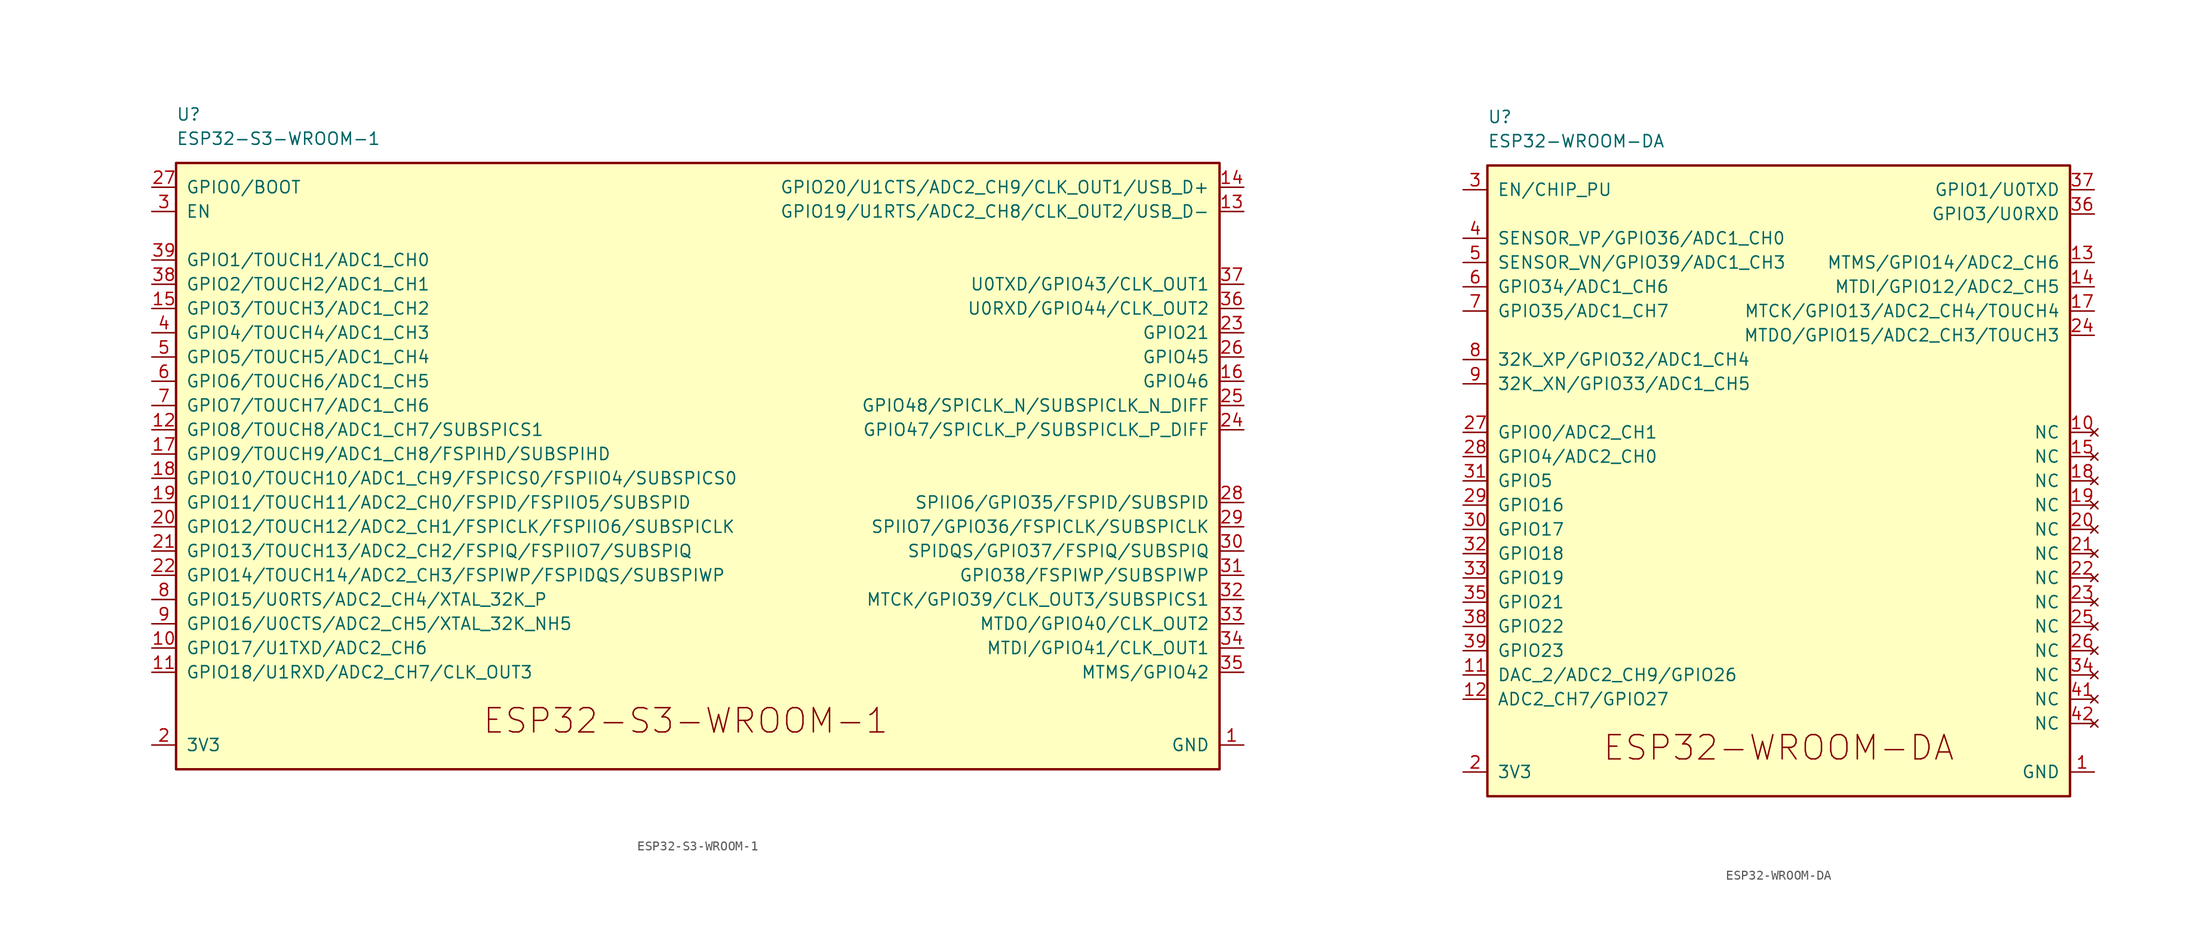
<source format=kicad_sym>
(kicad_symbol_lib
  (version 20211014)
  (generator kicad_symbol_editor)
  (symbol "ESP32-S3-WROOM-1"
    (pin_names
      (offset 1.016))
    (property "Reference" "U"
      (at -53.34 38.1 0)
      (effects (font (size 1.27 1.27)) (justify left)))
    (property "Value" "ESP32-S3-WROOM-1"
      (at -53.34 35.56 0)
      (effects (font (size 1.27 1.27)) (justify left)))
    (symbol "ESP32-S3-WROOM-1_0_0"
      (rectangle (start -53.34 33.02) (end 55.88 -30.48) (stroke (width 0.254) (type default) (color 0 0 0 0)) (fill (type background)))
      (text "ESP32-S3-WROOM-1" (at 0 -25.4 0) (effects (font (size 2.54 2.54))))
      (pin power_in line (at 58.42 -27.94 180) (length 2.54) (name "GND" (effects (font (size 1.27 1.27)))) (number "1" (effects (font (size 1.27 1.27)))))
      (pin bidirectional line (at -55.88 -17.78 0) (length 2.54) (name "GPIO17/U1TXD/ADC2_CH6" (effects (font (size 1.27 1.27)))) (number "10" (effects (font (size 1.27 1.27)))))
      (pin bidirectional line (at -55.88 -20.32 0) (length 2.54) (name "GPIO18/U1RXD/ADC2_CH7/CLK_OUT3" (effects (font (size 1.27 1.27)))) (number "11" (effects (font (size 1.27 1.27)))))
      (pin bidirectional line (at -55.88 5.08 0) (length 2.54) (name "GPIO8/TOUCH8/ADC1_CH7/SUBSPICS1" (effects (font (size 1.27 1.27)))) (number "12" (effects (font (size 1.27 1.27)))))
      (pin bidirectional line (at 58.42 27.94 180) (length 2.54) (name "GPIO19/U1RTS/ADC2_CH8/CLK_OUT2/USB_D-" (effects (font (size 1.27 1.27)))) (number "13" (effects (font (size 1.27 1.27)))))
      (pin bidirectional line (at 58.42 30.48 180) (length 2.54) (name "GPIO20/U1CTS/ADC2_CH9/CLK_OUT1/USB_D+" (effects (font (size 1.27 1.27)))) (number "14" (effects (font (size 1.27 1.27)))))
      (pin bidirectional line (at -55.88 17.78 0) (length 2.54) (name "GPIO3/TOUCH3/ADC1_CH2" (effects (font (size 1.27 1.27)))) (number "15" (effects (font (size 1.27 1.27)))))
      (pin bidirectional line (at 58.42 10.16 180) (length 2.54) (name "GPIO46" (effects (font (size 1.27 1.27)))) (number "16" (effects (font (size 1.27 1.27)))))
      (pin bidirectional line (at -55.88 2.54 0) (length 2.54) (name "GPIO9/TOUCH9/ADC1_CH8/FSPIHD/SUBSPIHD" (effects (font (size 1.27 1.27)))) (number "17" (effects (font (size 1.27 1.27)))))
      (pin bidirectional line (at -55.88 0 0) (length 2.54) (name "GPIO10/TOUCH10/ADC1_CH9/FSPICS0/FSPIIO4/SUBSPICS0" (effects (font (size 1.27 1.27)))) (number "18" (effects (font (size 1.27 1.27)))))
      (pin bidirectional line (at -55.88 -2.54 0) (length 2.54) (name "GPIO11/TOUCH11/ADC2_CH0/FSPID/FSPIIO5/SUBSPID" (effects (font (size 1.27 1.27)))) (number "19" (effects (font (size 1.27 1.27)))))
      (pin power_in line (at -55.88 -27.94 0) (length 2.54) (name "3V3" (effects (font (size 1.27 1.27)))) (number "2" (effects (font (size 1.27 1.27)))))
      (pin bidirectional line (at -55.88 -5.08 0) (length 2.54) (name "GPIO12/TOUCH12/ADC2_CH1/FSPICLK/FSPIIO6/SUBSPICLK" (effects (font (size 1.27 1.27)))) (number "20" (effects (font (size 1.27 1.27)))))
      (pin bidirectional line (at -55.88 -7.62 0) (length 2.54) (name "GPIO13/TOUCH13/ADC2_CH2/FSPIQ/FSPIIO7/SUBSPIQ" (effects (font (size 1.27 1.27)))) (number "21" (effects (font (size 1.27 1.27)))))
      (pin bidirectional line (at -55.88 -10.16 0) (length 2.54) (name "GPIO14/TOUCH14/ADC2_CH3/FSPIWP/FSPIDQS/SUBSPIWP" (effects (font (size 1.27 1.27)))) (number "22" (effects (font (size 1.27 1.27)))))
      (pin bidirectional line (at 58.42 15.24 180) (length 2.54) (name "GPIO21" (effects (font (size 1.27 1.27)))) (number "23" (effects (font (size 1.27 1.27)))))
      (pin bidirectional line (at 58.42 5.08 180) (length 2.54) (name "GPIO47/SPICLK_P/SUBSPICLK_P_DIFF" (effects (font (size 1.27 1.27)))) (number "24" (effects (font (size 1.27 1.27)))))
      (pin bidirectional line (at 58.42 7.62 180) (length 2.54) (name "GPIO48/SPICLK_N/SUBSPICLK_N_DIFF" (effects (font (size 1.27 1.27)))) (number "25" (effects (font (size 1.27 1.27)))))
      (pin bidirectional line (at 58.42 12.7 180) (length 2.54) (name "GPIO45" (effects (font (size 1.27 1.27)))) (number "26" (effects (font (size 1.27 1.27)))))
      (pin bidirectional line (at -55.88 30.48 0) (length 2.54) (name "GPIO0/BOOT" (effects (font (size 1.27 1.27)))) (number "27" (effects (font (size 1.27 1.27)))))
      (pin bidirectional line (at 58.42 -2.54 180) (length 2.54) (name "SPIIO6/GPIO35/FSPID/SUBSPID" (effects (font (size 1.27 1.27)))) (number "28" (effects (font (size 1.27 1.27)))))
      (pin bidirectional line (at 58.42 -5.08 180) (length 2.54) (name "SPIIO7/GPIO36/FSPICLK/SUBSPICLK" (effects (font (size 1.27 1.27)))) (number "29" (effects (font (size 1.27 1.27)))))
      (pin input line (at -55.88 27.94 0) (length 2.54) (name "EN" (effects (font (size 1.27 1.27)))) (number "3" (effects (font (size 1.27 1.27)))))
      (pin bidirectional line (at 58.42 -7.62 180) (length 2.54) (name "SPIDQS/GPIO37/FSPIQ/SUBSPIQ" (effects (font (size 1.27 1.27)))) (number "30" (effects (font (size 1.27 1.27)))))
      (pin bidirectional line (at 58.42 -10.16 180) (length 2.54) (name "GPIO38/FSPIWP/SUBSPIWP" (effects (font (size 1.27 1.27)))) (number "31" (effects (font (size 1.27 1.27)))))
      (pin bidirectional line (at 58.42 -12.7 180) (length 2.54) (name "MTCK/GPIO39/CLK_OUT3/SUBSPICS1" (effects (font (size 1.27 1.27)))) (number "32" (effects (font (size 1.27 1.27)))))
      (pin bidirectional line (at 58.42 -15.24 180) (length 2.54) (name "MTDO/GPIO40/CLK_OUT2" (effects (font (size 1.27 1.27)))) (number "33" (effects (font (size 1.27 1.27)))))
      (pin bidirectional line (at 58.42 -17.78 180) (length 2.54) (name "MTDI/GPIO41/CLK_OUT1" (effects (font (size 1.27 1.27)))) (number "34" (effects (font (size 1.27 1.27)))))
      (pin bidirectional line (at 58.42 -20.32 180) (length 2.54) (name "MTMS/GPIO42" (effects (font (size 1.27 1.27)))) (number "35" (effects (font (size 1.27 1.27)))))
      (pin bidirectional line (at 58.42 17.78 180) (length 2.54) (name "U0RXD/GPIO44/CLK_OUT2" (effects (font (size 1.27 1.27)))) (number "36" (effects (font (size 1.27 1.27)))))
      (pin bidirectional line (at 58.42 20.32 180) (length 2.54) (name "U0TXD/GPIO43/CLK_OUT1" (effects (font (size 1.27 1.27)))) (number "37" (effects (font (size 1.27 1.27)))))
      (pin bidirectional line (at -55.88 20.32 0) (length 2.54) (name "GPIO2/TOUCH2/ADC1_CH1" (effects (font (size 1.27 1.27)))) (number "38" (effects (font (size 1.27 1.27)))))
      (pin bidirectional line (at -55.88 22.86 0) (length 2.54) (name "GPIO1/TOUCH1/ADC1_CH0" (effects (font (size 1.27 1.27)))) (number "39" (effects (font (size 1.27 1.27)))))
      (pin bidirectional line (at -55.88 15.24 0) (length 2.54) (name "GPIO4/TOUCH4/ADC1_CH3" (effects (font (size 1.27 1.27)))) (number "4" (effects (font (size 1.27 1.27)))))
      (pin passive line (at 58.42 -27.94 180) (length 2.54) hide (name "GND" (effects (font (size 1.27 1.27)))) (number "40" (effects (font (size 1.27 1.27)))))
      (pin passive line (at 58.42 -27.94 180) (length 2.54) hide (name "GND" (effects (font (size 1.27 1.27)))) (number "41" (effects (font (size 1.27 1.27)))))
      (pin bidirectional line (at -55.88 12.7 0) (length 2.54) (name "GPIO5/TOUCH5/ADC1_CH4" (effects (font (size 1.27 1.27)))) (number "5" (effects (font (size 1.27 1.27)))))
      (pin bidirectional line (at -55.88 10.16 0) (length 2.54) (name "GPIO6/TOUCH6/ADC1_CH5" (effects (font (size 1.27 1.27)))) (number "6" (effects (font (size 1.27 1.27)))))
      (pin bidirectional line (at -55.88 7.62 0) (length 2.54) (name "GPIO7/TOUCH7/ADC1_CH6" (effects (font (size 1.27 1.27)))) (number "7" (effects (font (size 1.27 1.27)))))
      (pin bidirectional line (at -55.88 -12.7 0) (length 2.54) (name "GPIO15/U0RTS/ADC2_CH4/XTAL_32K_P" (effects (font (size 1.27 1.27)))) (number "8" (effects (font (size 1.27 1.27)))))
      (pin bidirectional line (at -55.88 -15.24 0) (length 2.54) (name "GPIO16/U0CTS/ADC2_CH5/XTAL_32K_NH5" (effects (font (size 1.27 1.27)))) (number "9" (effects (font (size 1.27 1.27)))))))
  (symbol "ESP32-WROOM-DA"
    (pin_names
      (offset 1.016))
    (property "Reference" "U"
      (at -30.48 38.1 0)
      (effects (font (size 1.27 1.27)) (justify left)))
    (property "Value" "ESP32-WROOM-DA"
      (at -30.48 35.56 0)
      (effects (font (size 1.27 1.27)) (justify left)))
    (symbol "ESP32-WROOM-DA_0_0"
      (pin power_in line (at 33.02 -30.48 180) (length 2.54) (name "GND" (effects (font (size 1.27 1.27)))) (number "1" (effects (font (size 1.27 1.27)))))
      (pin power_in line (at 33.02 -30.48 180) (length 2.54) hide (name "GND" (effects (font (size 1.27 1.27)))) (number "40" (effects (font (size 1.27 1.27)))))
      (pin no_connect line (at 33.02 -22.86 180) (length 2.54) (name "NC" (effects (font (size 1.27 1.27)))) (number "41" (effects (font (size 1.27 1.27)))))
      (pin no_connect line (at 33.02 -25.4 180) (length 2.54) (name "NC" (effects (font (size 1.27 1.27)))) (number "42" (effects (font (size 1.27 1.27)))))
      (pin power_in line (at 33.02 -30.48 180) (length 2.54) hide (name "GND" (effects (font (size 1.27 1.27)))) (number "43" (effects (font (size 1.27 1.27))))))
    (symbol "ESP32-WROOM-DA_0_1"
      (rectangle (start -30.48 33.02) (end 30.48 -33.02) (stroke (width 0.254) (type default) (color 0 0 0 0)) (fill (type background))))
    (symbol "ESP32-WROOM-DA_1_1"
      (text "ESP32-WROOM-DA" (at 0 -27.94 0) (effects (font (size 2.54 2.54))))
      (pin no_connect line (at 33.02 5.08 180) (length 2.54) (name "NC" (effects (font (size 1.27 1.27)))) (number "10" (effects (font (size 1.27 1.27)))))
      (pin bidirectional line (at -33.02 -20.32 0) (length 2.54) (name "DAC_2/ADC2_CH9/GPIO26" (effects (font (size 1.27 1.27)))) (number "11" (effects (font (size 1.27 1.27)))))
      (pin bidirectional line (at -33.02 -22.86 0) (length 2.54) (name "ADC2_CH7/GPIO27" (effects (font (size 1.27 1.27)))) (number "12" (effects (font (size 1.27 1.27)))))
      (pin bidirectional line (at 33.02 22.86 180) (length 2.54) (name "MTMS/GPIO14/ADC2_CH6" (effects (font (size 1.27 1.27)))) (number "13" (effects (font (size 1.27 1.27)))))
      (pin bidirectional line (at 33.02 20.32 180) (length 2.54) (name "MTDI/GPIO12/ADC2_CH5" (effects (font (size 1.27 1.27)))) (number "14" (effects (font (size 1.27 1.27)))))
      (pin no_connect line (at 33.02 2.54 180) (length 2.54) (name "NC" (effects (font (size 1.27 1.27)))) (number "15" (effects (font (size 1.27 1.27)))))
      (pin power_in line (at 33.02 -30.48 180) (length 2.54) hide (name "GND" (effects (font (size 1.27 1.27)))) (number "16" (effects (font (size 1.27 1.27)))))
      (pin bidirectional line (at 33.02 17.78 180) (length 2.54) (name "MTCK/GPIO13/ADC2_CH4/TOUCH4" (effects (font (size 1.27 1.27)))) (number "17" (effects (font (size 1.27 1.27)))))
      (pin no_connect line (at 33.02 0 180) (length 2.54) (name "NC" (effects (font (size 1.27 1.27)))) (number "18" (effects (font (size 1.27 1.27)))))
      (pin no_connect line (at 33.02 -2.54 180) (length 2.54) (name "NC" (effects (font (size 1.27 1.27)))) (number "19" (effects (font (size 1.27 1.27)))))
      (pin power_in line (at -33.02 -30.48 0) (length 2.54) (name "3V3" (effects (font (size 1.27 1.27)))) (number "2" (effects (font (size 1.27 1.27)))))
      (pin no_connect line (at 33.02 -5.08 180) (length 2.54) (name "NC" (effects (font (size 1.27 1.27)))) (number "20" (effects (font (size 1.27 1.27)))))
      (pin no_connect line (at 33.02 -7.62 180) (length 2.54) (name "NC" (effects (font (size 1.27 1.27)))) (number "21" (effects (font (size 1.27 1.27)))))
      (pin no_connect line (at 33.02 -10.16 180) (length 2.54) (name "NC" (effects (font (size 1.27 1.27)))) (number "22" (effects (font (size 1.27 1.27)))))
      (pin no_connect line (at 33.02 -12.7 180) (length 2.54) (name "NC" (effects (font (size 1.27 1.27)))) (number "23" (effects (font (size 1.27 1.27)))))
      (pin bidirectional line (at 33.02 15.24 180) (length 2.54) (name "MTDO/GPIO15/ADC2_CH3/TOUCH3" (effects (font (size 1.27 1.27)))) (number "24" (effects (font (size 1.27 1.27)))))
      (pin no_connect line (at 33.02 -15.24 180) (length 2.54) (name "NC" (effects (font (size 1.27 1.27)))) (number "25" (effects (font (size 1.27 1.27)))))
      (pin no_connect line (at 33.02 -17.78 180) (length 2.54) (name "NC" (effects (font (size 1.27 1.27)))) (number "26" (effects (font (size 1.27 1.27)))))
      (pin bidirectional line (at -33.02 5.08 0) (length 2.54) (name "GPIO0/ADC2_CH1" (effects (font (size 1.27 1.27)))) (number "27" (effects (font (size 1.27 1.27)))))
      (pin bidirectional line (at -33.02 2.54 0) (length 2.54) (name "GPIO4/ADC2_CH0" (effects (font (size 1.27 1.27)))) (number "28" (effects (font (size 1.27 1.27)))))
      (pin bidirectional line (at -33.02 -2.54 0) (length 2.54) (name "GPIO16" (effects (font (size 1.27 1.27)))) (number "29" (effects (font (size 1.27 1.27)))))
      (pin input line (at -33.02 30.48 0) (length 2.54) (name "EN/CHIP_PU" (effects (font (size 1.27 1.27)))) (number "3" (effects (font (size 1.27 1.27)))))
      (pin bidirectional line (at -33.02 -5.08 0) (length 2.54) (name "GPIO17" (effects (font (size 1.27 1.27)))) (number "30" (effects (font (size 1.27 1.27)))))
      (pin bidirectional line (at -33.02 0 0) (length 2.54) (name "GPIO5" (effects (font (size 1.27 1.27)))) (number "31" (effects (font (size 1.27 1.27)))))
      (pin bidirectional line (at -33.02 -7.62 0) (length 2.54) (name "GPIO18" (effects (font (size 1.27 1.27)))) (number "32" (effects (font (size 1.27 1.27)))))
      (pin bidirectional line (at -33.02 -10.16 0) (length 2.54) (name "GPIO19" (effects (font (size 1.27 1.27)))) (number "33" (effects (font (size 1.27 1.27)))))
      (pin no_connect line (at 33.02 -20.32 180) (length 2.54) (name "NC" (effects (font (size 1.27 1.27)))) (number "34" (effects (font (size 1.27 1.27)))))
      (pin bidirectional line (at -33.02 -12.7 0) (length 2.54) (name "GPIO21" (effects (font (size 1.27 1.27)))) (number "35" (effects (font (size 1.27 1.27)))))
      (pin bidirectional line (at 33.02 27.94 180) (length 2.54) (name "GPIO3/U0RXD" (effects (font (size 1.27 1.27)))) (number "36" (effects (font (size 1.27 1.27)))))
      (pin bidirectional line (at 33.02 30.48 180) (length 2.54) (name "GPIO1/U0TXD" (effects (font (size 1.27 1.27)))) (number "37" (effects (font (size 1.27 1.27)))))
      (pin bidirectional line (at -33.02 -15.24 0) (length 2.54) (name "GPIO22" (effects (font (size 1.27 1.27)))) (number "38" (effects (font (size 1.27 1.27)))))
      (pin bidirectional line (at -33.02 -17.78 0) (length 2.54) (name "GPIO23" (effects (font (size 1.27 1.27)))) (number "39" (effects (font (size 1.27 1.27)))))
      (pin input line (at -33.02 25.4 0) (length 2.54) (name "SENSOR_VP/GPIO36/ADC1_CH0" (effects (font (size 1.27 1.27)))) (number "4" (effects (font (size 1.27 1.27)))))
      (pin input line (at -33.02 22.86 0) (length 2.54) (name "SENSOR_VN/GPIO39/ADC1_CH3" (effects (font (size 1.27 1.27)))) (number "5" (effects (font (size 1.27 1.27)))))
      (pin input line (at -33.02 20.32 0) (length 2.54) (name "GPIO34/ADC1_CH6" (effects (font (size 1.27 1.27)))) (number "6" (effects (font (size 1.27 1.27)))))
      (pin input line (at -33.02 17.78 0) (length 2.54) (name "GPIO35/ADC1_CH7" (effects (font (size 1.27 1.27)))) (number "7" (effects (font (size 1.27 1.27)))))
      (pin bidirectional line (at -33.02 12.7 0) (length 2.54) (name "32K_XP/GPIO32/ADC1_CH4" (effects (font (size 1.27 1.27)))) (number "8" (effects (font (size 1.27 1.27)))))
      (pin bidirectional line (at -33.02 10.16 0) (length 2.54) (name "32K_XN/GPIO33/ADC1_CH5" (effects (font (size 1.27 1.27)))) (number "9" (effects (font (size 1.27 1.27))))))))
</source>
